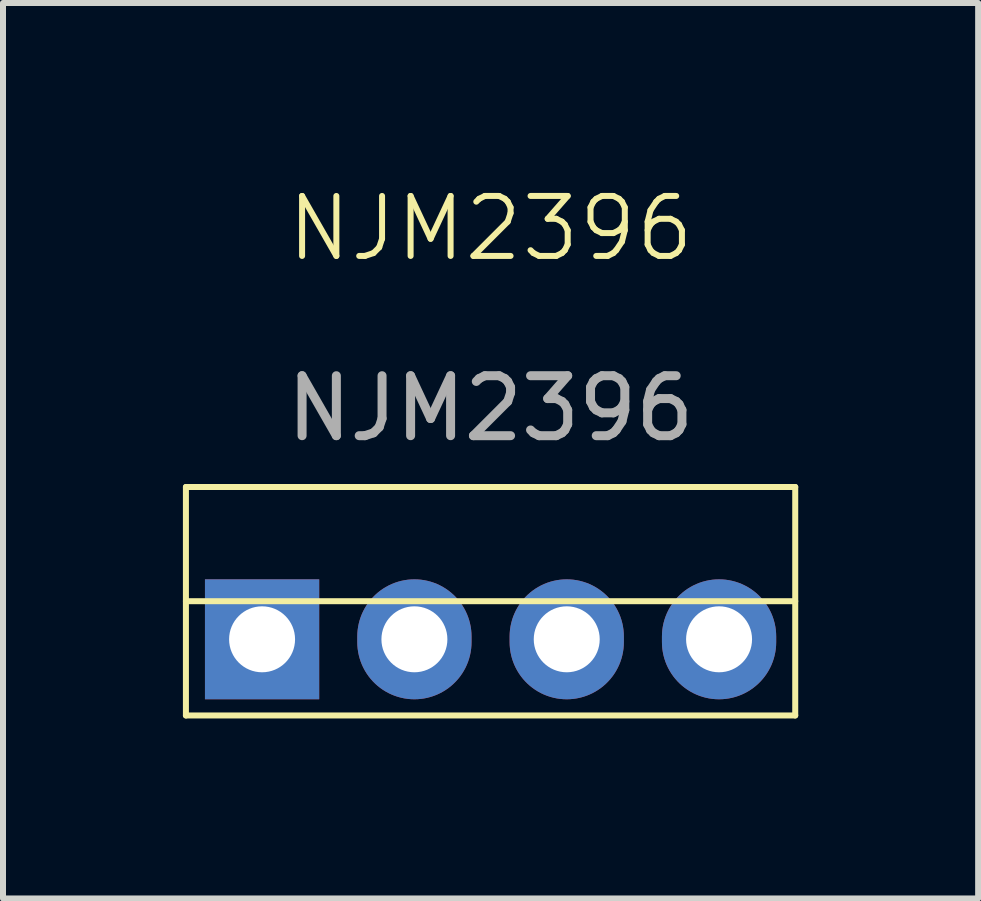
<source format=kicad_pcb>
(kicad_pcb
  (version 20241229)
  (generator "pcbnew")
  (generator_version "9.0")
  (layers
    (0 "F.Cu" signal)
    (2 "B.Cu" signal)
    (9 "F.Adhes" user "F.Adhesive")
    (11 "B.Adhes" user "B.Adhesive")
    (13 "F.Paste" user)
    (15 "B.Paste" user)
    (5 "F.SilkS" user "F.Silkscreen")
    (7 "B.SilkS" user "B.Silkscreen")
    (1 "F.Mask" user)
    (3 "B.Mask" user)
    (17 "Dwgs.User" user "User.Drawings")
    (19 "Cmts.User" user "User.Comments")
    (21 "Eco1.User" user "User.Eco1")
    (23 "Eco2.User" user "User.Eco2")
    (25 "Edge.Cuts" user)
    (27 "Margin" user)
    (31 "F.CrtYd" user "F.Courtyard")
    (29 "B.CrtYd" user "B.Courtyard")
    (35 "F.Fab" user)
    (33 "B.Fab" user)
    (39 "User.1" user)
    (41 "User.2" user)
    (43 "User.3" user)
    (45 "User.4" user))
  (footprint "NJM2396"
    (layer "F.Cu")
    (at 5.13 1.26)
    (property "Reference" "NJM2396" (at 0 -0.5 0) (unlocked yes) (layer "F.SilkS") (effects (font (size 1 1) (thickness 0.1))))
    (attr smd)
    (fp_line (start -5.08 3.81) (end -5.08 7.62) (stroke (width 0.1) (type default)) (layer "F.SilkS"))
    (fp_line (start -5.08 5.715) (end 5.08 5.715) (stroke (width 0.1) (type default)) (layer "F.SilkS"))
    (fp_line (start -5.08 7.62) (end 5.08 7.62) (stroke (width 0.1) (type default)) (layer "F.SilkS"))
    (fp_line (start 0 3.81) (end -5.08 3.81) (stroke (width 0.1) (type default)) (layer "F.SilkS"))
    (fp_line (start 5.08 3.81) (end 0 3.81) (stroke (width 0.1) (type default)) (layer "F.SilkS"))
    (fp_line (start 5.08 7.62) (end 5.08 3.81) (stroke (width 0.1) (type default)) (layer "F.SilkS"))
    (fp_text user "${REFERENCE}" (at 0 2.5 0) (unlocked yes) (layer "F.Fab") (effects (font (size 1 1) (thickness 0.15))))
    (pad "1" thru_hole rect (at -3.81 6.35) (size 1.905 2) (drill 1.1) (layers "*.Cu" "*.Mask"))
    (pad "2" thru_hole oval (at -1.27 6.35 180) (size 1.905 2) (drill 1.1) (layers "*.Cu" "*.Mask"))
    (pad "3" thru_hole oval (at 1.27 6.35 180) (size 1.905 2) (drill 1.1) (layers "*.Cu" "*.Mask"))
    (pad "4" thru_hole oval (at 3.81 6.35 180) (size 1.905 2) (drill 1.1) (layers "*.Cu" "*.Mask")))
  (gr_rect
    (start -3 -3)
    (end 13.26 11.931)
    (stroke (width 0.1) (type default))
    (fill no)
    (layer "Edge.Cuts")))
</source>
